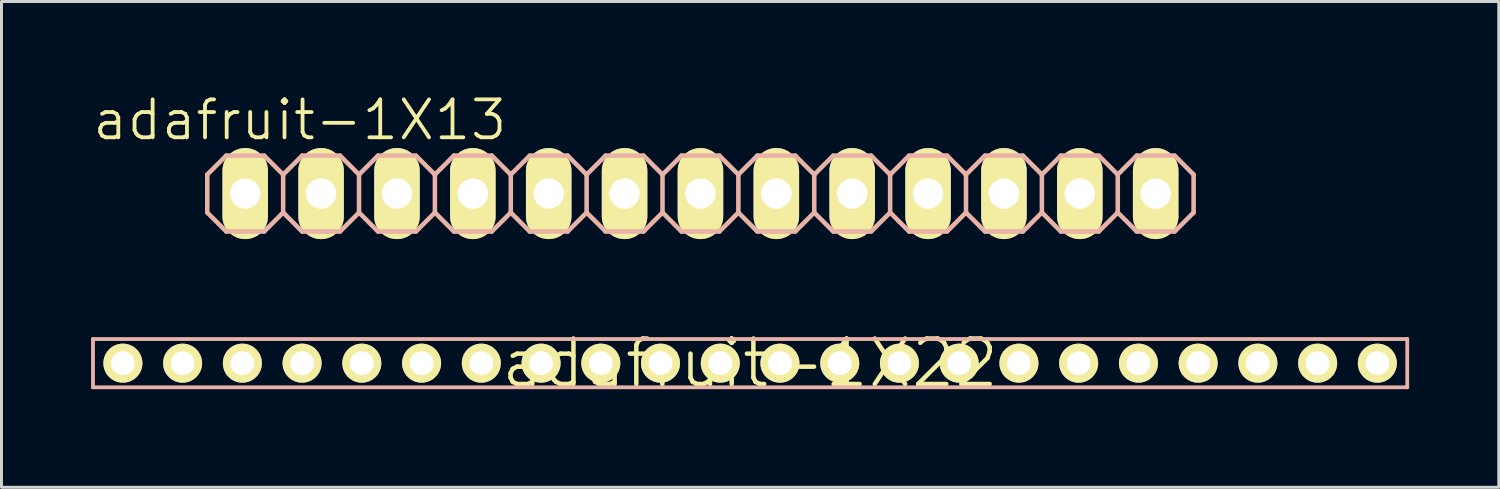
<source format=kicad_pcb>
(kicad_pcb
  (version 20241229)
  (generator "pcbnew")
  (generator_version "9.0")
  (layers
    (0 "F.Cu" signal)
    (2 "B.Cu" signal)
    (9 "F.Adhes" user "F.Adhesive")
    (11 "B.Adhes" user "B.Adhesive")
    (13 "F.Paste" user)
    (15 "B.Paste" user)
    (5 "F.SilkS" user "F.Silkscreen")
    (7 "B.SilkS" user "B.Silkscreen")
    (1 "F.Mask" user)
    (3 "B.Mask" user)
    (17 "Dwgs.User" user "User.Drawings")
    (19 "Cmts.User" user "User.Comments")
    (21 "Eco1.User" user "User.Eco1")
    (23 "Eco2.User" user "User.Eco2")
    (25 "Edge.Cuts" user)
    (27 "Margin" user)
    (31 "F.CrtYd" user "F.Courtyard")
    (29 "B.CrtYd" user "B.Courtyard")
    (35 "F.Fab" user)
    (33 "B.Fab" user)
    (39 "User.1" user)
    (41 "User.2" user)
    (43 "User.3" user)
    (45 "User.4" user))
  (footprint "adafruit-1X13"
    (layer "F.Cu")
    (at 20.399 3.43)
    (property "Reference" "adafruit-1X13" (at -13.411 -2.464 0) (layer "F.SilkS") (effects (font (size 1.27 1.27) (thickness 0.127))))
    (attr exclude_from_pos_files exclude_from_bom)
    (fp_line (start -15.494 -0.254) (end -14.986 -0.254) (stroke (width 0.066) (type solid)) (layer "F.SilkS"))
    (fp_line (start -15.494 0.254) (end -15.494 -0.254) (stroke (width 0.066) (type solid)) (layer "F.SilkS"))
    (fp_line (start -15.494 0.254) (end -14.986 0.254) (stroke (width 0.066) (type solid)) (layer "F.SilkS"))
    (fp_line (start -14.986 0.254) (end -14.986 -0.254) (stroke (width 0.066) (type solid)) (layer "F.SilkS"))
    (fp_line (start -12.954 -0.254) (end -12.446 -0.254) (stroke (width 0.066) (type solid)) (layer "F.SilkS"))
    (fp_line (start -12.954 0.254) (end -12.954 -0.254) (stroke (width 0.066) (type solid)) (layer "F.SilkS"))
    (fp_line (start -12.954 0.254) (end -12.446 0.254) (stroke (width 0.066) (type solid)) (layer "F.SilkS"))
    (fp_line (start -12.446 0.254) (end -12.446 -0.254) (stroke (width 0.066) (type solid)) (layer "F.SilkS"))
    (fp_line (start -10.414 -0.254) (end -9.906 -0.254) (stroke (width 0.066) (type solid)) (layer "F.SilkS"))
    (fp_line (start -10.414 0.254) (end -10.414 -0.254) (stroke (width 0.066) (type solid)) (layer "F.SilkS"))
    (fp_line (start -10.414 0.254) (end -9.906 0.254) (stroke (width 0.066) (type solid)) (layer "F.SilkS"))
    (fp_line (start -9.906 0.254) (end -9.906 -0.254) (stroke (width 0.066) (type solid)) (layer "F.SilkS"))
    (fp_line (start -7.874 -0.254) (end -7.366 -0.254) (stroke (width 0.066) (type solid)) (layer "F.SilkS"))
    (fp_line (start -7.874 0.254) (end -7.874 -0.254) (stroke (width 0.066) (type solid)) (layer "F.SilkS"))
    (fp_line (start -7.874 0.254) (end -7.366 0.254) (stroke (width 0.066) (type solid)) (layer "F.SilkS"))
    (fp_line (start -7.366 0.254) (end -7.366 -0.254) (stroke (width 0.066) (type solid)) (layer "F.SilkS"))
    (fp_line (start -5.334 -0.254) (end -4.826 -0.254) (stroke (width 0.066) (type solid)) (layer "F.SilkS"))
    (fp_line (start -5.334 0.254) (end -5.334 -0.254) (stroke (width 0.066) (type solid)) (layer "F.SilkS"))
    (fp_line (start -5.334 0.254) (end -4.826 0.254) (stroke (width 0.066) (type solid)) (layer "F.SilkS"))
    (fp_line (start -4.826 0.254) (end -4.826 -0.254) (stroke (width 0.066) (type solid)) (layer "F.SilkS"))
    (fp_line (start -2.794 -0.254) (end -2.286 -0.254) (stroke (width 0.066) (type solid)) (layer "F.SilkS"))
    (fp_line (start -2.794 0.254) (end -2.794 -0.254) (stroke (width 0.066) (type solid)) (layer "F.SilkS"))
    (fp_line (start -2.794 0.254) (end -2.286 0.254) (stroke (width 0.066) (type solid)) (layer "F.SilkS"))
    (fp_line (start -2.286 0.254) (end -2.286 -0.254) (stroke (width 0.066) (type solid)) (layer "F.SilkS"))
    (fp_line (start -0.254 -0.254) (end 0.254 -0.254) (stroke (width 0.066) (type solid)) (layer "F.SilkS"))
    (fp_line (start -0.254 0.254) (end -0.254 -0.254) (stroke (width 0.066) (type solid)) (layer "F.SilkS"))
    (fp_line (start -0.254 0.254) (end 0.254 0.254) (stroke (width 0.066) (type solid)) (layer "F.SilkS"))
    (fp_line (start 0.254 0.254) (end 0.254 -0.254) (stroke (width 0.066) (type solid)) (layer "F.SilkS"))
    (fp_line (start 2.286 -0.254) (end 2.794 -0.254) (stroke (width 0.066) (type solid)) (layer "F.SilkS"))
    (fp_line (start 2.286 0.254) (end 2.286 -0.254) (stroke (width 0.066) (type solid)) (layer "F.SilkS"))
    (fp_line (start 2.286 0.254) (end 2.794 0.254) (stroke (width 0.066) (type solid)) (layer "F.SilkS"))
    (fp_line (start 2.794 0.254) (end 2.794 -0.254) (stroke (width 0.066) (type solid)) (layer "F.SilkS"))
    (fp_line (start 4.826 -0.254) (end 5.334 -0.254) (stroke (width 0.066) (type solid)) (layer "F.SilkS"))
    (fp_line (start 4.826 0.254) (end 4.826 -0.254) (stroke (width 0.066) (type solid)) (layer "F.SilkS"))
    (fp_line (start 4.826 0.254) (end 5.334 0.254) (stroke (width 0.066) (type solid)) (layer "F.SilkS"))
    (fp_line (start 5.334 0.254) (end 5.334 -0.254) (stroke (width 0.066) (type solid)) (layer "F.SilkS"))
    (fp_line (start 7.366 -0.254) (end 7.874 -0.254) (stroke (width 0.066) (type solid)) (layer "F.SilkS"))
    (fp_line (start 7.366 0.254) (end 7.366 -0.254) (stroke (width 0.066) (type solid)) (layer "F.SilkS"))
    (fp_line (start 7.366 0.254) (end 7.874 0.254) (stroke (width 0.066) (type solid)) (layer "F.SilkS"))
    (fp_line (start 7.874 0.254) (end 7.874 -0.254) (stroke (width 0.066) (type solid)) (layer "F.SilkS"))
    (fp_line (start 9.906 -0.254) (end 10.414 -0.254) (stroke (width 0.066) (type solid)) (layer "F.SilkS"))
    (fp_line (start 9.906 0.254) (end 9.906 -0.254) (stroke (width 0.066) (type solid)) (layer "F.SilkS"))
    (fp_line (start 9.906 0.254) (end 10.414 0.254) (stroke (width 0.066) (type solid)) (layer "F.SilkS"))
    (fp_line (start 10.414 0.254) (end 10.414 -0.254) (stroke (width 0.066) (type solid)) (layer "F.SilkS"))
    (fp_line (start 12.446 -0.254) (end 12.954 -0.254) (stroke (width 0.066) (type solid)) (layer "F.SilkS"))
    (fp_line (start 12.446 0.254) (end 12.446 -0.254) (stroke (width 0.066) (type solid)) (layer "F.SilkS"))
    (fp_line (start 12.446 0.254) (end 12.954 0.254) (stroke (width 0.066) (type solid)) (layer "F.SilkS"))
    (fp_line (start 12.954 0.254) (end 12.954 -0.254) (stroke (width 0.066) (type solid)) (layer "F.SilkS"))
    (fp_line (start 14.986 -0.254) (end 15.494 -0.254) (stroke (width 0.066) (type solid)) (layer "F.SilkS"))
    (fp_line (start 14.986 0.254) (end 14.986 -0.254) (stroke (width 0.066) (type solid)) (layer "F.SilkS"))
    (fp_line (start 14.986 0.254) (end 15.494 0.254) (stroke (width 0.066) (type solid)) (layer "F.SilkS"))
    (fp_line (start 15.494 0.254) (end 15.494 -0.254) (stroke (width 0.066) (type solid)) (layer "F.SilkS"))
    (fp_line (start -16.51 -0.635) (end -16.51 0.635) (stroke (width 0.152) (type solid)) (layer "B.SilkS"))
    (fp_line (start -16.51 0.635) (end -15.875 1.27) (stroke (width 0.152) (type solid)) (layer "B.SilkS"))
    (fp_line (start -15.875 -1.27) (end -16.51 -0.635) (stroke (width 0.152) (type solid)) (layer "B.SilkS"))
    (fp_line (start -15.875 -1.27) (end -14.605 -1.27) (stroke (width 0.152) (type solid)) (layer "B.SilkS"))
    (fp_line (start -14.605 -1.27) (end -13.97 -0.635) (stroke (width 0.152) (type solid)) (layer "B.SilkS"))
    (fp_line (start -14.605 1.27) (end -15.875 1.27) (stroke (width 0.152) (type solid)) (layer "B.SilkS"))
    (fp_line (start -13.97 -0.635) (end -13.97 0.635) (stroke (width 0.152) (type solid)) (layer "B.SilkS"))
    (fp_line (start -13.97 -0.635) (end -13.335 -1.27) (stroke (width 0.152) (type solid)) (layer "B.SilkS"))
    (fp_line (start -13.97 0.635) (end -14.605 1.27) (stroke (width 0.152) (type solid)) (layer "B.SilkS"))
    (fp_line (start -13.335 -1.27) (end -12.065 -1.27) (stroke (width 0.152) (type solid)) (layer "B.SilkS"))
    (fp_line (start -13.335 1.27) (end -13.97 0.635) (stroke (width 0.152) (type solid)) (layer "B.SilkS"))
    (fp_line (start -12.065 -1.27) (end -11.43 -0.635) (stroke (width 0.152) (type solid)) (layer "B.SilkS"))
    (fp_line (start -12.065 1.27) (end -13.335 1.27) (stroke (width 0.152) (type solid)) (layer "B.SilkS"))
    (fp_line (start -11.43 -0.635) (end -11.43 0.635) (stroke (width 0.152) (type solid)) (layer "B.SilkS"))
    (fp_line (start -11.43 -0.635) (end -10.795 -1.27) (stroke (width 0.152) (type solid)) (layer "B.SilkS"))
    (fp_line (start -11.43 0.635) (end -12.065 1.27) (stroke (width 0.152) (type solid)) (layer "B.SilkS"))
    (fp_line (start -10.795 -1.27) (end -9.525 -1.27) (stroke (width 0.152) (type solid)) (layer "B.SilkS"))
    (fp_line (start -10.795 1.27) (end -11.43 0.635) (stroke (width 0.152) (type solid)) (layer "B.SilkS"))
    (fp_line (start -9.525 -1.27) (end -8.89 -0.635) (stroke (width 0.152) (type solid)) (layer "B.SilkS"))
    (fp_line (start -9.525 1.27) (end -10.795 1.27) (stroke (width 0.152) (type solid)) (layer "B.SilkS"))
    (fp_line (start -8.89 -0.635) (end -8.89 0.635) (stroke (width 0.152) (type solid)) (layer "B.SilkS"))
    (fp_line (start -8.89 0.635) (end -9.525 1.27) (stroke (width 0.152) (type solid)) (layer "B.SilkS"))
    (fp_line (start -8.89 0.635) (end -8.255 1.27) (stroke (width 0.152) (type solid)) (layer "B.SilkS"))
    (fp_line (start -8.255 -1.27) (end -8.89 -0.635) (stroke (width 0.152) (type solid)) (layer "B.SilkS"))
    (fp_line (start -8.255 -1.27) (end -6.985 -1.27) (stroke (width 0.152) (type solid)) (layer "B.SilkS"))
    (fp_line (start -6.985 -1.27) (end -6.35 -0.635) (stroke (width 0.152) (type solid)) (layer "B.SilkS"))
    (fp_line (start -6.985 1.27) (end -8.255 1.27) (stroke (width 0.152) (type solid)) (layer "B.SilkS"))
    (fp_line (start -6.35 -0.635) (end -6.35 0.635) (stroke (width 0.152) (type solid)) (layer "B.SilkS"))
    (fp_line (start -6.35 -0.635) (end -5.715 -1.27) (stroke (width 0.152) (type solid)) (layer "B.SilkS"))
    (fp_line (start -6.35 0.635) (end -6.985 1.27) (stroke (width 0.152) (type solid)) (layer "B.SilkS"))
    (fp_line (start -5.715 -1.27) (end -4.445 -1.27) (stroke (width 0.152) (type solid)) (layer "B.SilkS"))
    (fp_line (start -5.715 1.27) (end -6.35 0.635) (stroke (width 0.152) (type solid)) (layer "B.SilkS"))
    (fp_line (start -4.445 -1.27) (end -3.81 -0.635) (stroke (width 0.152) (type solid)) (layer "B.SilkS"))
    (fp_line (start -4.445 1.27) (end -5.715 1.27) (stroke (width 0.152) (type solid)) (layer "B.SilkS"))
    (fp_line (start -3.81 -0.635) (end -3.81 0.635) (stroke (width 0.152) (type solid)) (layer "B.SilkS"))
    (fp_line (start -3.81 -0.635) (end -3.175 -1.27) (stroke (width 0.152) (type solid)) (layer "B.SilkS"))
    (fp_line (start -3.81 0.635) (end -4.445 1.27) (stroke (width 0.152) (type solid)) (layer "B.SilkS"))
    (fp_line (start -3.175 -1.27) (end -1.905 -1.27) (stroke (width 0.152) (type solid)) (layer "B.SilkS"))
    (fp_line (start -3.175 1.27) (end -3.81 0.635) (stroke (width 0.152) (type solid)) (layer "B.SilkS"))
    (fp_line (start -1.905 -1.27) (end -1.27 -0.635) (stroke (width 0.152) (type solid)) (layer "B.SilkS"))
    (fp_line (start -1.905 1.27) (end -3.175 1.27) (stroke (width 0.152) (type solid)) (layer "B.SilkS"))
    (fp_line (start -1.27 -0.635) (end -1.27 0.635) (stroke (width 0.152) (type solid)) (layer "B.SilkS"))
    (fp_line (start -1.27 0.635) (end -1.905 1.27) (stroke (width 0.152) (type solid)) (layer "B.SilkS"))
    (fp_line (start -1.27 0.635) (end -0.635 1.27) (stroke (width 0.152) (type solid)) (layer "B.SilkS"))
    (fp_line (start -0.635 -1.27) (end -1.27 -0.635) (stroke (width 0.152) (type solid)) (layer "B.SilkS"))
    (fp_line (start -0.635 -1.27) (end 0.635 -1.27) (stroke (width 0.152) (type solid)) (layer "B.SilkS"))
    (fp_line (start 0.635 -1.27) (end 1.27 -0.635) (stroke (width 0.152) (type solid)) (layer "B.SilkS"))
    (fp_line (start 0.635 1.27) (end -0.635 1.27) (stroke (width 0.152) (type solid)) (layer "B.SilkS"))
    (fp_line (start 1.27 -0.635) (end 1.27 0.635) (stroke (width 0.152) (type solid)) (layer "B.SilkS"))
    (fp_line (start 1.27 -0.635) (end 1.905 -1.27) (stroke (width 0.152) (type solid)) (layer "B.SilkS"))
    (fp_line (start 1.27 0.635) (end 0.635 1.27) (stroke (width 0.152) (type solid)) (layer "B.SilkS"))
    (fp_line (start 1.905 -1.27) (end 3.175 -1.27) (stroke (width 0.152) (type solid)) (layer "B.SilkS"))
    (fp_line (start 1.905 1.27) (end 1.27 0.635) (stroke (width 0.152) (type solid)) (layer "B.SilkS"))
    (fp_line (start 3.175 -1.27) (end 3.81 -0.635) (stroke (width 0.152) (type solid)) (layer "B.SilkS"))
    (fp_line (start 3.175 1.27) (end 1.905 1.27) (stroke (width 0.152) (type solid)) (layer "B.SilkS"))
    (fp_line (start 3.81 -0.635) (end 3.81 0.635) (stroke (width 0.152) (type solid)) (layer "B.SilkS"))
    (fp_line (start 3.81 -0.635) (end 4.445 -1.27) (stroke (width 0.152) (type solid)) (layer "B.SilkS"))
    (fp_line (start 3.81 0.635) (end 3.175 1.27) (stroke (width 0.152) (type solid)) (layer "B.SilkS"))
    (fp_line (start 4.445 -1.27) (end 5.715 -1.27) (stroke (width 0.152) (type solid)) (layer "B.SilkS"))
    (fp_line (start 4.445 1.27) (end 3.81 0.635) (stroke (width 0.152) (type solid)) (layer "B.SilkS"))
    (fp_line (start 5.715 -1.27) (end 6.35 -0.635) (stroke (width 0.152) (type solid)) (layer "B.SilkS"))
    (fp_line (start 5.715 1.27) (end 4.445 1.27) (stroke (width 0.152) (type solid)) (layer "B.SilkS"))
    (fp_line (start 6.35 -0.635) (end 6.35 0.635) (stroke (width 0.152) (type solid)) (layer "B.SilkS"))
    (fp_line (start 6.35 0.635) (end 5.715 1.27) (stroke (width 0.152) (type solid)) (layer "B.SilkS"))
    (fp_line (start 6.35 0.635) (end 6.985 1.27) (stroke (width 0.152) (type solid)) (layer "B.SilkS"))
    (fp_line (start 6.985 -1.27) (end 6.35 -0.635) (stroke (width 0.152) (type solid)) (layer "B.SilkS"))
    (fp_line (start 6.985 -1.27) (end 8.255 -1.27) (stroke (width 0.152) (type solid)) (layer "B.SilkS"))
    (fp_line (start 8.255 -1.27) (end 8.89 -0.635) (stroke (width 0.152) (type solid)) (layer "B.SilkS"))
    (fp_line (start 8.255 1.27) (end 6.985 1.27) (stroke (width 0.152) (type solid)) (layer "B.SilkS"))
    (fp_line (start 8.89 -0.635) (end 8.89 0.635) (stroke (width 0.152) (type solid)) (layer "B.SilkS"))
    (fp_line (start 8.89 -0.635) (end 9.525 -1.27) (stroke (width 0.152) (type solid)) (layer "B.SilkS"))
    (fp_line (start 8.89 0.635) (end 8.255 1.27) (stroke (width 0.152) (type solid)) (layer "B.SilkS"))
    (fp_line (start 9.525 -1.27) (end 10.795 -1.27) (stroke (width 0.152) (type solid)) (layer "B.SilkS"))
    (fp_line (start 9.525 1.27) (end 8.89 0.635) (stroke (width 0.152) (type solid)) (layer "B.SilkS"))
    (fp_line (start 10.795 -1.27) (end 11.43 -0.635) (stroke (width 0.152) (type solid)) (layer "B.SilkS"))
    (fp_line (start 10.795 1.27) (end 9.525 1.27) (stroke (width 0.152) (type solid)) (layer "B.SilkS"))
    (fp_line (start 11.43 -0.635) (end 11.43 0.635) (stroke (width 0.152) (type solid)) (layer "B.SilkS"))
    (fp_line (start 11.43 -0.635) (end 12.065 -1.27) (stroke (width 0.152) (type solid)) (layer "B.SilkS"))
    (fp_line (start 11.43 0.635) (end 10.795 1.27) (stroke (width 0.152) (type solid)) (layer "B.SilkS"))
    (fp_line (start 12.065 -1.27) (end 13.335 -1.27) (stroke (width 0.152) (type solid)) (layer "B.SilkS"))
    (fp_line (start 12.065 1.27) (end 11.43 0.635) (stroke (width 0.152) (type solid)) (layer "B.SilkS"))
    (fp_line (start 13.335 -1.27) (end 13.97 -0.635) (stroke (width 0.152) (type solid)) (layer "B.SilkS"))
    (fp_line (start 13.335 1.27) (end 12.065 1.27) (stroke (width 0.152) (type solid)) (layer "B.SilkS"))
    (fp_line (start 13.97 -0.635) (end 13.97 0.635) (stroke (width 0.152) (type solid)) (layer "B.SilkS"))
    (fp_line (start 13.97 -0.635) (end 14.605 -1.27) (stroke (width 0.152) (type solid)) (layer "B.SilkS"))
    (fp_line (start 13.97 0.635) (end 13.335 1.27) (stroke (width 0.152) (type solid)) (layer "B.SilkS"))
    (fp_line (start 14.605 -1.27) (end 15.875 -1.27) (stroke (width 0.152) (type solid)) (layer "B.SilkS"))
    (fp_line (start 14.605 1.27) (end 13.97 0.635) (stroke (width 0.152) (type solid)) (layer "B.SilkS"))
    (fp_line (start 15.875 -1.27) (end 16.51 -0.635) (stroke (width 0.152) (type solid)) (layer "B.SilkS"))
    (fp_line (start 15.875 1.27) (end 14.605 1.27) (stroke (width 0.152) (type solid)) (layer "B.SilkS"))
    (fp_line (start 16.51 -0.635) (end 16.51 0.635) (stroke (width 0.152) (type solid)) (layer "B.SilkS"))
    (fp_line (start 16.51 0.635) (end 15.875 1.27) (stroke (width 0.152) (type solid)) (layer "B.SilkS"))
    (pad "1" thru_hole oval (at -15.24 0 180) (size 1.524 3.048) (drill 1.016) (layers "*.Cu" "F.Mask" "F.SilkS" "F.Paste"))
    (pad "2" thru_hole oval (at -12.7 0 180) (size 1.524 3.048) (drill 1.016) (layers "*.Cu" "F.Mask" "F.SilkS" "F.Paste"))
    (pad "3" thru_hole oval (at -10.16 0 180) (size 1.524 3.048) (drill 1.016) (layers "*.Cu" "F.Mask" "F.SilkS" "F.Paste"))
    (pad "4" thru_hole oval (at -7.62 0 180) (size 1.524 3.048) (drill 1.016) (layers "*.Cu" "F.Mask" "F.SilkS" "F.Paste"))
    (pad "5" thru_hole oval (at -5.08 0 180) (size 1.524 3.048) (drill 1.016) (layers "*.Cu" "F.Mask" "F.SilkS" "F.Paste"))
    (pad "6" thru_hole oval (at -2.54 0 180) (size 1.524 3.048) (drill 1.016) (layers "*.Cu" "F.Mask" "F.SilkS" "F.Paste"))
    (pad "7" thru_hole oval (at 0 0 180) (size 1.524 3.048) (drill 1.016) (layers "*.Cu" "F.Mask" "F.SilkS" "F.Paste"))
    (pad "8" thru_hole oval (at 2.54 0 180) (size 1.524 3.048) (drill 1.016) (layers "*.Cu" "F.Mask" "F.SilkS" "F.Paste"))
    (pad "9" thru_hole oval (at 5.08 0 180) (size 1.524 3.048) (drill 1.016) (layers "*.Cu" "F.Mask" "F.SilkS" "F.Paste"))
    (pad "10" thru_hole oval (at 7.62 0 180) (size 1.524 3.048) (drill 1.016) (layers "*.Cu" "F.Mask" "F.SilkS" "F.Paste"))
    (pad "11" thru_hole oval (at 10.16 0 180) (size 1.524 3.048) (drill 1.016) (layers "*.Cu" "F.Mask" "F.SilkS" "F.Paste"))
    (pad "12" thru_hole oval (at 12.7 0 180) (size 1.524 3.048) (drill 1.016) (layers "*.Cu" "F.Mask" "F.SilkS" "F.Paste"))
    (pad "13" thru_hole oval (at 15.24 0 180) (size 1.524 3.048) (drill 1.016) (layers "*.Cu" "F.Mask" "F.SilkS" "F.Paste")))
  (footprint "adafruit-1X22"
    (layer "F.Cu")
    (at 22.062 9.108)
    (property "Reference" "adafruit-1X22" (at 0 0 0) (layer "F.SilkS") (effects (font (size 1.524 1.524) (thickness 0.15))))
    (attr exclude_from_pos_files exclude_from_bom)
    (fp_line (start -21.999 -0.808) (end -21.999 0.808) (stroke (width 0.127) (type solid)) (layer "B.SilkS"))
    (fp_line (start -21.999 0.808) (end 21.999 0.808) (stroke (width 0.127) (type solid)) (layer "B.SilkS"))
    (fp_line (start 21.999 -0.808) (end -21.999 -0.808) (stroke (width 0.127) (type solid)) (layer "B.SilkS"))
    (fp_line (start 21.999 0.808) (end 21.999 -0.808) (stroke (width 0.127) (type solid)) (layer "B.SilkS"))
    (pad "1" thru_hole circle (at -20.998 0) (size 1.306 1.306) (drill 0.798) (layers "*.Cu" "F.Mask" "F.SilkS" "F.Paste"))
    (pad "2" thru_hole circle (at -18.999 0) (size 1.306 1.306) (drill 0.798) (layers "*.Cu" "F.Mask" "F.SilkS" "F.Paste"))
    (pad "3" thru_hole circle (at -16.998 0) (size 1.306 1.306) (drill 0.798) (layers "*.Cu" "F.Mask" "F.SilkS" "F.Paste"))
    (pad "4" thru_hole circle (at -14.999 0) (size 1.306 1.306) (drill 0.798) (layers "*.Cu" "F.Mask" "F.SilkS" "F.Paste"))
    (pad "5" thru_hole circle (at -13 0) (size 1.306 1.306) (drill 0.798) (layers "*.Cu" "F.Mask" "F.SilkS" "F.Paste"))
    (pad "6" thru_hole circle (at -10.998 0) (size 1.306 1.306) (drill 0.798) (layers "*.Cu" "F.Mask" "F.SilkS" "F.Paste"))
    (pad "7" thru_hole circle (at -8.999 0) (size 1.306 1.306) (drill 0.798) (layers "*.Cu" "F.Mask" "F.SilkS" "F.Paste"))
    (pad "8" thru_hole circle (at -6.998 0) (size 1.306 1.306) (drill 0.798) (layers "*.Cu" "F.Mask" "F.SilkS" "F.Paste"))
    (pad "9" thru_hole circle (at -4.999 0) (size 1.306 1.306) (drill 0.798) (layers "*.Cu" "F.Mask" "F.SilkS" "F.Paste"))
    (pad "10" thru_hole circle (at -3 0) (size 1.306 1.306) (drill 0.798) (layers "*.Cu" "F.Mask" "F.SilkS" "F.Paste"))
    (pad "11" thru_hole circle (at -0.998 0) (size 1.306 1.306) (drill 0.798) (layers "*.Cu" "F.Mask" "F.SilkS" "F.Paste"))
    (pad "12" thru_hole circle (at 0.998 0) (size 1.306 1.306) (drill 0.798) (layers "*.Cu" "F.Mask" "F.SilkS" "F.Paste"))
    (pad "13" thru_hole circle (at 3 0) (size 1.306 1.306) (drill 0.798) (layers "*.Cu" "F.Mask" "F.SilkS" "F.Paste"))
    (pad "14" thru_hole circle (at 4.999 0) (size 1.306 1.306) (drill 0.798) (layers "*.Cu" "F.Mask" "F.SilkS" "F.Paste"))
    (pad "15" thru_hole circle (at 6.998 0) (size 1.306 1.306) (drill 0.798) (layers "*.Cu" "F.Mask" "F.SilkS" "F.Paste"))
    (pad "16" thru_hole circle (at 8.999 0) (size 1.306 1.306) (drill 0.798) (layers "*.Cu" "F.Mask" "F.SilkS" "F.Paste"))
    (pad "17" thru_hole circle (at 10.998 0) (size 1.306 1.306) (drill 0.798) (layers "*.Cu" "F.Mask" "F.SilkS" "F.Paste"))
    (pad "18" thru_hole circle (at 13 0) (size 1.306 1.306) (drill 0.798) (layers "*.Cu" "F.Mask" "F.SilkS" "F.Paste"))
    (pad "19" thru_hole circle (at 14.999 0) (size 1.306 1.306) (drill 0.798) (layers "*.Cu" "F.Mask" "F.SilkS" "F.Paste"))
    (pad "20" thru_hole circle (at 16.998 0) (size 1.306 1.306) (drill 0.798) (layers "*.Cu" "F.Mask" "F.SilkS" "F.Paste"))
    (pad "21" thru_hole circle (at 18.999 0) (size 1.306 1.306) (drill 0.798) (layers "*.Cu" "F.Mask" "F.SilkS" "F.Paste"))
    (pad "22" thru_hole circle (at 20.998 0) (size 1.306 1.306) (drill 0.798) (layers "*.Cu" "F.Mask" "F.SilkS" "F.Paste")))
  (gr_rect
    (start -3 -3)
    (end 47.125 13.263)
    (stroke (width 0.1) (type default))
    (fill no)
    (layer "Edge.Cuts")))
</source>
